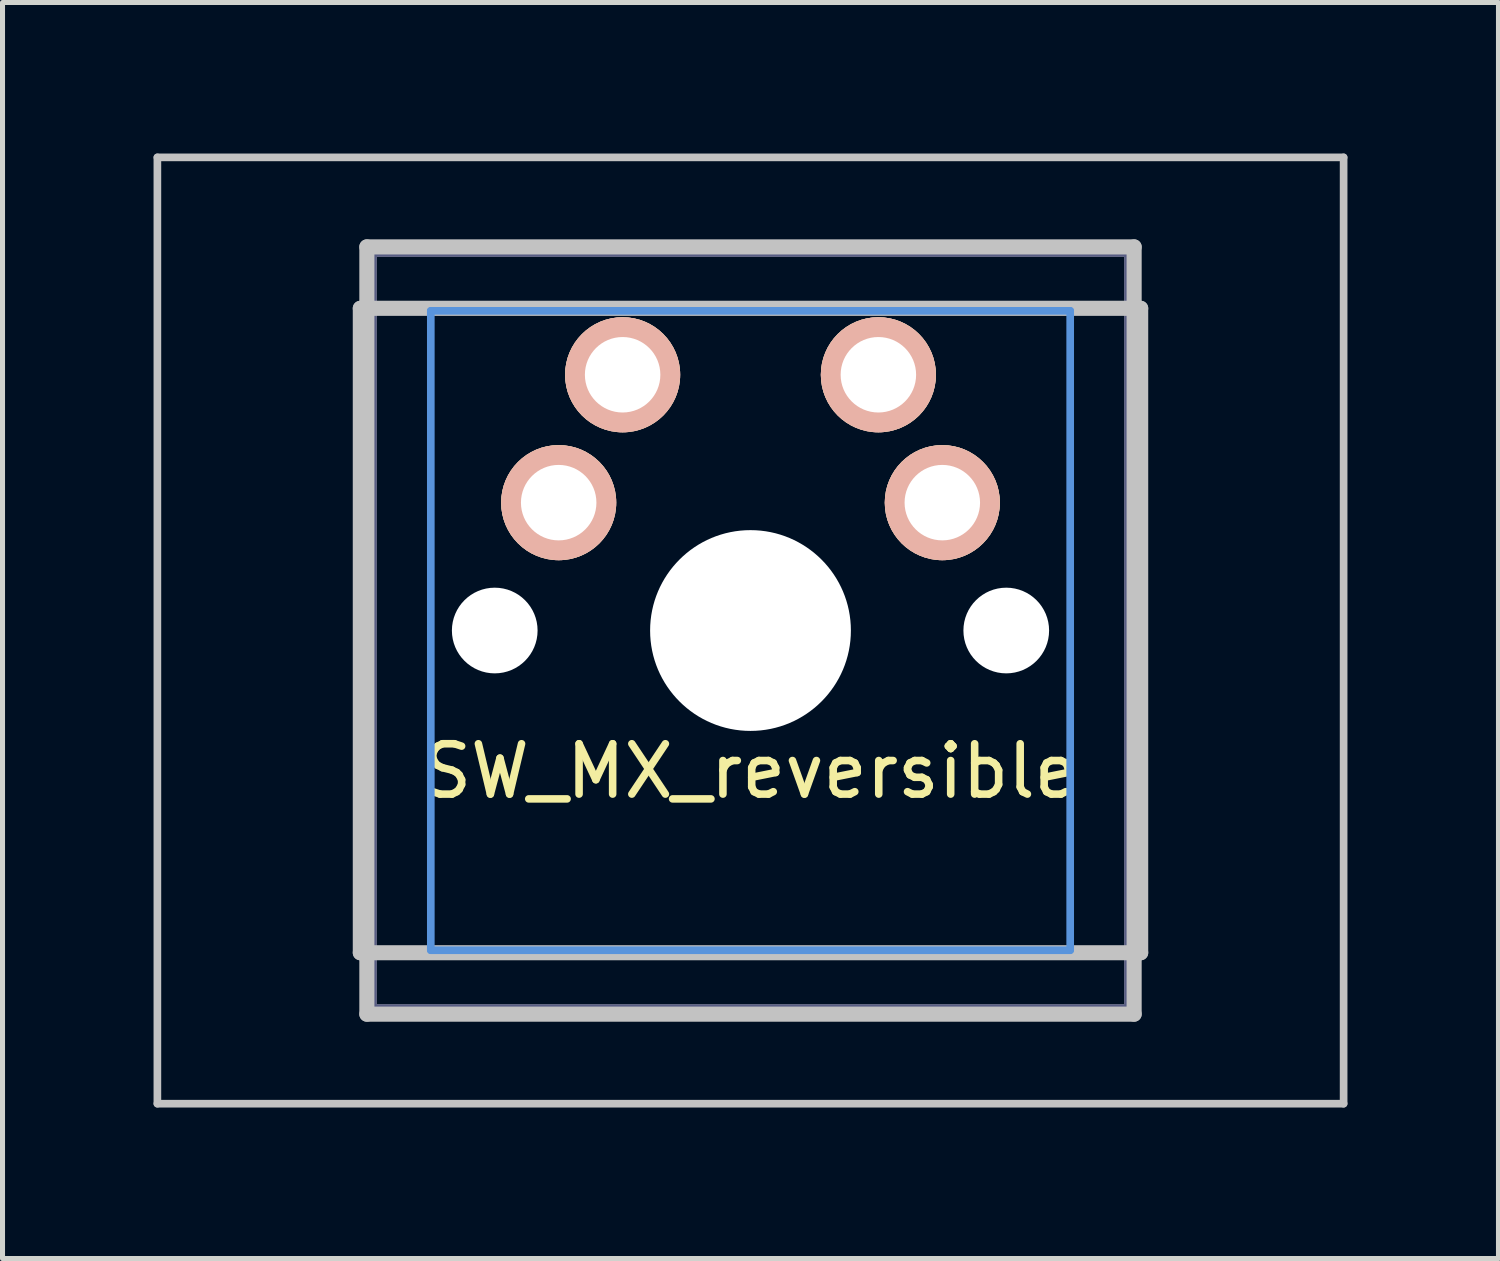
<source format=kicad_pcb>
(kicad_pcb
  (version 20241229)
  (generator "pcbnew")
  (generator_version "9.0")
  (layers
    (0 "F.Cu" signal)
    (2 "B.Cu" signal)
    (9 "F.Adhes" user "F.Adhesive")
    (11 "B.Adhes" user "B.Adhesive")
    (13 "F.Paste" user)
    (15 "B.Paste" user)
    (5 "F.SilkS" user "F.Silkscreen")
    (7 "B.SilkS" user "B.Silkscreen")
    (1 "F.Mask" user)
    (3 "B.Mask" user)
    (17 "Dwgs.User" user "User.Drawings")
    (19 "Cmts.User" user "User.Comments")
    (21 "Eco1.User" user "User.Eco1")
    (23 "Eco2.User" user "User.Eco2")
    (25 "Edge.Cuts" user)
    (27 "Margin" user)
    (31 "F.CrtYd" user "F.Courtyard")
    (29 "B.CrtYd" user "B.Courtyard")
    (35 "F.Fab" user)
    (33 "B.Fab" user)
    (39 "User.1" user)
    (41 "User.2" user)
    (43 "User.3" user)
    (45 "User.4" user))
  (footprint "SW_MX_reversible"
    (layer "F.Cu")
    (at 11.857 9.474)
    (property "Reference" "SW_MX_reversible" (at 0 2.794 0) (layer "F.SilkS") (effects (font (size 1 1) (thickness 0.15))))
    (attr through_hole)
    (fp_line (start -11.781 -9.398) (end 11.781 -9.398) (stroke (width 0.152) (type solid)) (layer "Dwgs.User"))
    (fp_line (start -11.781 9.398) (end -11.781 -9.398) (stroke (width 0.152) (type solid)) (layer "Dwgs.User"))
    (fp_line (start -7.75 6.4) (end -7.75 -6.4) (stroke (width 0.3) (type solid)) (layer "Dwgs.User"))
    (fp_line (start -7.75 6.4) (end 7.75 6.4) (stroke (width 0.3) (type solid)) (layer "Dwgs.User"))
    (fp_line (start -7.62 -7.62) (end 7.62 -7.62) (stroke (width 0.3) (type solid)) (layer "Dwgs.User"))
    (fp_line (start -7.62 7.62) (end -7.62 -7.62) (stroke (width 0.3) (type solid)) (layer "Dwgs.User"))
    (fp_line (start 7.62 -7.62) (end 7.62 7.62) (stroke (width 0.3) (type solid)) (layer "Dwgs.User"))
    (fp_line (start 7.62 7.62) (end -7.62 7.62) (stroke (width 0.3) (type solid)) (layer "Dwgs.User"))
    (fp_line (start 7.75 -6.4) (end -7.75 -6.4) (stroke (width 0.3) (type solid)) (layer "Dwgs.User"))
    (fp_line (start 7.75 6.4) (end 7.75 -6.4) (stroke (width 0.3) (type solid)) (layer "Dwgs.User"))
    (fp_line (start 11.781 -9.398) (end 11.781 9.398) (stroke (width 0.152) (type solid)) (layer "Dwgs.User"))
    (fp_line (start 11.781 9.398) (end -11.781 9.398) (stroke (width 0.152) (type solid)) (layer "Dwgs.User"))
    (fp_line (start -6.35 -6.35) (end 6.35 -6.35) (stroke (width 0.152) (type solid)) (layer "Cmts.User"))
    (fp_line (start -6.35 6.35) (end -6.35 -6.35) (stroke (width 0.152) (type solid)) (layer "Cmts.User"))
    (fp_line (start 6.35 6.35) (end -6.35 6.35) (stroke (width 0.152) (type solid)) (layer "Cmts.User"))
    (fp_line (start 6.35 6.35) (end 6.35 -6.35) (stroke (width 0.152) (type solid)) (layer "Cmts.User"))
    (fp_line (start -6.985 6.985) (end -6.985 -6.985) (stroke (width 0.152) (type solid)) (layer "Eco2.User"))
    (fp_line (start -6.9 6.9) (end -6.9 -6.9) (stroke (width 0.15) (type solid)) (layer "Eco2.User"))
    (fp_line (start -6.9 6.9) (end 6.9 6.9) (stroke (width 0.15) (type solid)) (layer "Eco2.User"))
    (fp_line (start 6.9 -6.9) (end -6.9 -6.9) (stroke (width 0.15) (type solid)) (layer "Eco2.User"))
    (fp_line (start 6.9 -6.9) (end 6.9 6.9) (stroke (width 0.15) (type solid)) (layer "Eco2.User"))
    (fp_line (start 6.985 -6.985) (end -6.985 -6.985) (stroke (width 0.152) (type solid)) (layer "Eco2.User"))
    (fp_line (start 6.985 -6.985) (end 6.985 6.985) (stroke (width 0.152) (type solid)) (layer "Eco2.User"))
    (fp_line (start 6.985 6.985) (end -6.985 6.985) (stroke (width 0.152) (type solid)) (layer "Eco2.User"))
    (fp_line (start 6.985 6.985) (end 6.985 -6.985) (stroke (width 0.152) (type solid)) (layer "Eco2.User"))
    (fp_line (start -7.5 -7.5) (end 7.5 -7.5) (stroke (width 0.15) (type solid)) (layer "B.Fab"))
    (fp_line (start -7.5 7.5) (end -7.5 -7.5) (stroke (width 0.15) (type solid)) (layer "B.Fab"))
    (fp_line (start 7.5 -7.5) (end 7.5 7.5) (stroke (width 0.15) (type solid)) (layer "B.Fab"))
    (fp_line (start 7.5 7.5) (end -7.5 7.5) (stroke (width 0.15) (type solid)) (layer "B.Fab"))
    (fp_line (start -7.5 -7.5) (end 7.5 -7.5) (stroke (width 0.15) (type solid)) (layer "F.Fab"))
    (fp_line (start -7.5 7.5) (end -7.5 -7.5) (stroke (width 0.15) (type solid)) (layer "F.Fab"))
    (fp_line (start 7.5 -7.5) (end 7.5 7.5) (stroke (width 0.15) (type solid)) (layer "F.Fab"))
    (fp_line (start 7.5 7.5) (end -7.5 7.5) (stroke (width 0.15) (type solid)) (layer "F.Fab"))
    (pad "" np_thru_hole circle (at -5.08 0) (size 1.702 1.702) (drill 1.702) (layers "*.Cu"))
    (pad "" np_thru_hole circle (at 0 0) (size 3.988 3.988) (drill 3.988) (layers "*.Cu"))
    (pad "" np_thru_hole circle (at 5.08 0) (size 1.702 1.702) (drill 1.702) (layers "*.Cu"))
    (pad "1" thru_hole circle (at -3.81 -2.54 90) (size 2.286 2.286) (drill 1.499) (layers "*.Cu" "*.SilkS" "*.Mask"))
    (pad "1" thru_hole circle (at -2.54 -5.08) (size 2.286 2.286) (drill 1.499) (layers "*.Cu" "*.SilkS" "*.Mask"))
    (pad "2" thru_hole circle (at 2.54 -5.08) (size 2.286 2.286) (drill 1.499) (layers "*.Cu" "*.SilkS" "*.Mask"))
    (pad "2" thru_hole circle (at 3.81 -2.54) (size 2.286 2.286) (drill 1.499) (layers "*.Cu" "*.SilkS" "*.Mask")))
  (gr_rect
    (start -3 -3)
    (end 26.714 21.948)
    (stroke (width 0.1) (type default))
    (fill no)
    (layer "Edge.Cuts")))
</source>
